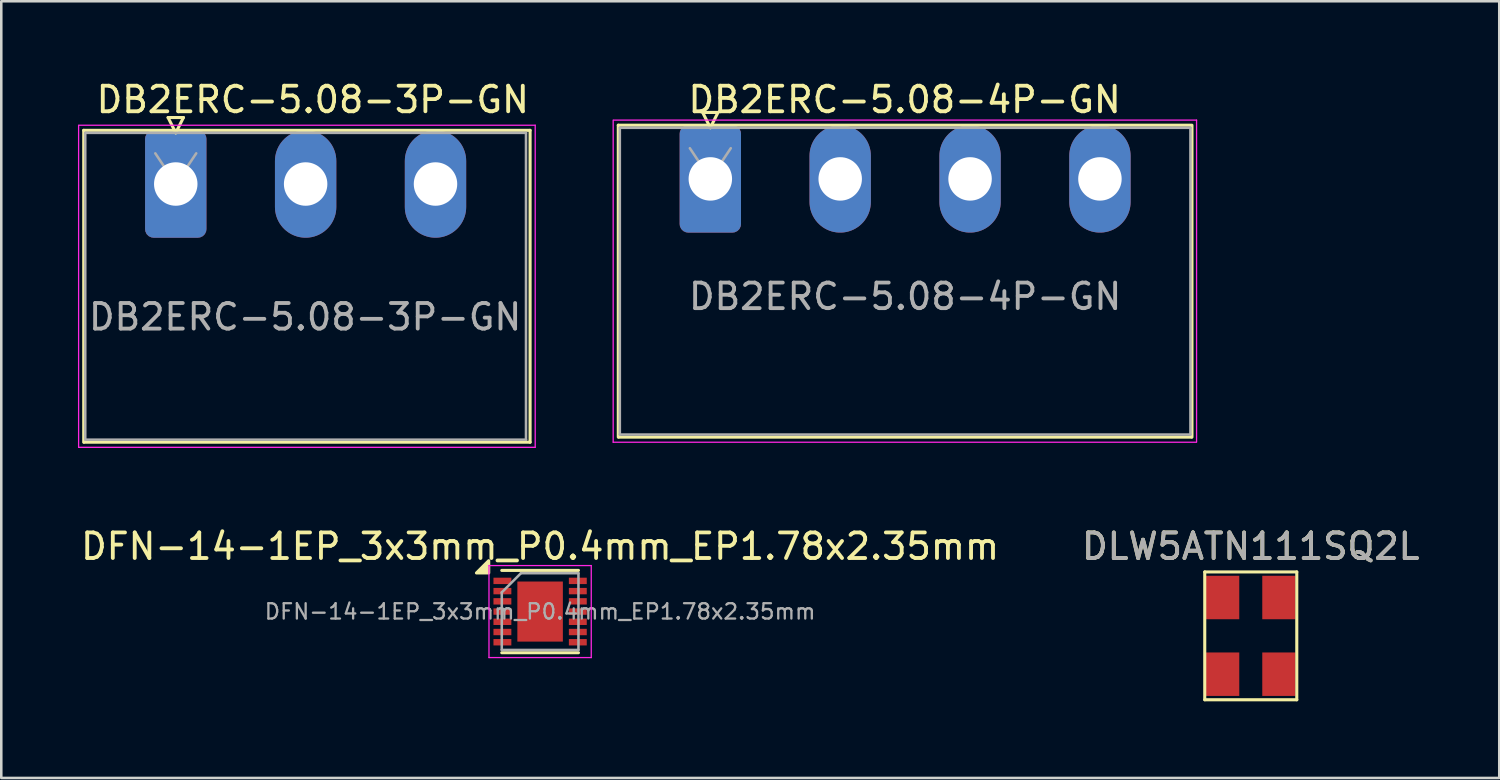
<source format=kicad_pcb>
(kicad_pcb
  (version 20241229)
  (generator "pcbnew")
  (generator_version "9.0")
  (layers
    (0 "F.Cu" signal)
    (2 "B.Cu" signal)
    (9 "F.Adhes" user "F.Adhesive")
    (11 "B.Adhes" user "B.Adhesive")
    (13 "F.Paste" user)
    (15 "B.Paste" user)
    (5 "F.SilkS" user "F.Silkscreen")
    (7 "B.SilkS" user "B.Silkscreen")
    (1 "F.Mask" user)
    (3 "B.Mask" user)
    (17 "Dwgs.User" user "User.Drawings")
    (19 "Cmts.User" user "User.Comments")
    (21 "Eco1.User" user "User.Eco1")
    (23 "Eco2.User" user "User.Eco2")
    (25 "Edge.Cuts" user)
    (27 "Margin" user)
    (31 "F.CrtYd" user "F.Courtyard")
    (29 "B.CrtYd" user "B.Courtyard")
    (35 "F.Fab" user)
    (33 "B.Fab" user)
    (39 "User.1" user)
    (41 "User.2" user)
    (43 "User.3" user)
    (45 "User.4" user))
  (footprint "DB2ERC-5.08-3P-GN"
    (layer "F.Cu")
    (at 3.825 4.148)
    (property "Reference" "DB2ERC-5.08-3P-GN" (at 5.36 -3.3 0) (layer "F.SilkS") (effects (font (size 1 1) (thickness 0.15))))
    (attr through_hole)
    (fp_line (start -3.6 -2.1) (end -3.6 10.1) (stroke (width 0.12) (type solid)) (layer "F.SilkS"))
    (fp_line (start -3.6 -2.1) (end 13.86 -2.1) (stroke (width 0.12) (type solid)) (layer "F.SilkS"))
    (fp_line (start -3.58 10.1) (end 13.86 10.1) (stroke (width 0.12) (type solid)) (layer "F.SilkS"))
    (fp_line (start -0.3 -2.6) (end 0.3 -2.6) (stroke (width 0.12) (type solid)) (layer "F.SilkS"))
    (fp_line (start 0 -2) (end -0.3 -2.6) (stroke (width 0.12) (type solid)) (layer "F.SilkS"))
    (fp_line (start 0.3 -2.6) (end 0 -2) (stroke (width 0.12) (type solid)) (layer "F.SilkS"))
    (fp_line (start 13.86 10.1) (end 13.86 -2.1) (stroke (width 0.12) (type solid)) (layer "F.SilkS"))
    (fp_line (start -3.8 -2.3) (end -3.8 10.3) (stroke (width 0.05) (type solid)) (layer "F.CrtYd"))
    (fp_line (start -3.8 10.3) (end 14.06 10.3) (stroke (width 0.05) (type solid)) (layer "F.CrtYd"))
    (fp_line (start 14.06 -2.3) (end -3.78 -2.3) (stroke (width 0.05) (type solid)) (layer "F.CrtYd"))
    (fp_line (start 14.06 10.3) (end 14.06 -2.3) (stroke (width 0.05) (type solid)) (layer "F.CrtYd"))
    (fp_line (start -3.54 -2) (end -3.54 10) (stroke (width 0.1) (type solid)) (layer "F.Fab"))
    (fp_line (start -3.54 10) (end 13.7 10) (stroke (width 0.1) (type solid)) (layer "F.Fab"))
    (fp_line (start 0 0) (end -0.8 -1.2) (stroke (width 0.1) (type solid)) (layer "F.Fab"))
    (fp_line (start 0.8 -1.2) (end 0 0) (stroke (width 0.1) (type solid)) (layer "F.Fab"))
    (fp_line (start 13.7 -2) (end -3.54 -2) (stroke (width 0.1) (type solid)) (layer "F.Fab"))
    (fp_line (start 13.7 10) (end 13.7 -2) (stroke (width 0.1) (type solid)) (layer "F.Fab"))
    (fp_text user "${REFERENCE}" (at 5.06 5.2 0) (layer "F.Fab") (effects (font (size 1 1) (thickness 0.15))))
    (pad "1" thru_hole roundrect (at 0 0) (size 2.4 4.2) (drill 1.7) (layers "*.Cu" "*.Mask") (roundrect_rratio 0.139))
    (pad "2" thru_hole oval (at 5.08 0) (size 2.4 4.2) (drill 1.7) (layers "*.Cu" "*.Mask"))
    (pad "3" thru_hole oval (at 10.16 0) (size 2.4 4.2) (drill 1.7) (layers "*.Cu" "*.Mask")))
  (footprint "DLW5ATN111SQ2L"
    (layer "F.Cu")
    (at 45.875 21.822)
    (property "Reference" "DLW5ATN111SQ2L" (at 0 -3.5 0) (unlocked yes) (layer "F.SilkS") (effects (font (size 1 1) (thickness 0.15))))
    (attr smd)
    (fp_line (start -1.8 -2.5) (end -1.8 2.5) (stroke (width 0.12) (type solid)) (layer "F.SilkS"))
    (fp_line (start -1.8 -2.5) (end 1.8 -2.5) (stroke (width 0.12) (type solid)) (layer "F.SilkS"))
    (fp_line (start -1.8 2.5) (end 1.8 2.5) (stroke (width 0.12) (type solid)) (layer "F.SilkS"))
    (fp_line (start 1.8 -2.5) (end 1.8 2.5) (stroke (width 0.12) (type solid)) (layer "F.SilkS"))
    (fp_text user "${REFERENCE}" (at 0 -3.5 0) (unlocked yes) (layer "F.Fab") (effects (font (size 1 1) (thickness 0.15))))
    (pad "1" smd rect (at 1.1 -1.5) (size 1.3 1.7) (layers "F.Cu" "F.Mask" "F.Paste"))
    (pad "2" smd rect (at -1.1 -1.5) (size 1.3 1.7) (layers "F.Cu" "F.Mask" "F.Paste"))
    (pad "3" smd rect (at -1.1 1.5) (size 1.3 1.7) (layers "F.Cu" "F.Mask" "F.Paste"))
    (pad "4" smd rect (at 1.1 1.5) (size 1.3 1.7) (layers "F.Cu" "F.Mask" "F.Paste")))
  (footprint "DFN-14-1EP_3x3mm_P0.4mm_EP1.78x2.35mm"
    (layer "F.Cu")
    (at 18.077 20.872)
    (property "Reference" "DFN-14-1EP_3x3mm_P0.4mm_EP1.78x2.35mm" (at 0 -2.55 0) (layer "F.SilkS") (effects (font (size 1 1) (thickness 0.15))))
    (attr smd)
    (fp_line (start -1.5 -1.61) (end 1.5 -1.61) (stroke (width 0.12) (type solid)) (layer "F.SilkS"))
    (fp_line (start -1.5 1.61) (end 1.5 1.61) (stroke (width 0.12) (type solid)) (layer "F.SilkS"))
    (fp_poly (pts (xy -2.01 -1.51) (xy -2.49 -1.51) (xy -2.01 -1.99) (xy -2.01 -1.51)) (stroke (width 0.12) (type solid)) (fill yes) (layer "F.SilkS"))
    (fp_line (start -2 -1.8) (end -2 1.8) (stroke (width 0.05) (type solid)) (layer "F.CrtYd"))
    (fp_line (start -2 -1.8) (end 2 -1.8) (stroke (width 0.05) (type solid)) (layer "F.CrtYd"))
    (fp_line (start -2 1.8) (end 2 1.8) (stroke (width 0.05) (type solid)) (layer "F.CrtYd"))
    (fp_line (start 2 -1.8) (end 2 1.8) (stroke (width 0.05) (type solid)) (layer "F.CrtYd"))
    (fp_line (start -1.5 -0.75) (end -0.75 -1.5) (stroke (width 0.1) (type solid)) (layer "F.Fab"))
    (fp_line (start -1.5 1.5) (end -1.5 -0.75) (stroke (width 0.1) (type solid)) (layer "F.Fab"))
    (fp_line (start -0.75 -1.5) (end 1.5 -1.5) (stroke (width 0.1) (type solid)) (layer "F.Fab"))
    (fp_line (start 1.5 -1.5) (end 1.5 1.5) (stroke (width 0.1) (type solid)) (layer "F.Fab"))
    (fp_line (start 1.5 1.5) (end -1.5 1.5) (stroke (width 0.1) (type solid)) (layer "F.Fab"))
    (fp_text user "${REFERENCE}" (at 0 0 0) (layer "F.Fab") (effects (font (size 0.6 0.6) (thickness 0.09))))
    (pad "" smd rect (at -0.445 -0.588) (size 0.7 0.97) (layers "F.Paste"))
    (pad "" smd rect (at -0.445 0.588) (size 0.7 0.97) (layers "F.Paste"))
    (pad "" smd rect (at 0.45 -0.588) (size 0.7 0.97) (layers "F.Paste"))
    (pad "" smd rect (at 0.45 0.588) (size 0.7 0.97) (layers "F.Paste"))
    (pad "1" smd rect (at -1.475 -1.2) (size 0.7 0.25) (layers "F.Cu" "F.Mask" "F.Paste"))
    (pad "2" smd rect (at -1.475 -0.8) (size 0.7 0.25) (layers "F.Cu" "F.Mask" "F.Paste"))
    (pad "3" smd rect (at -1.475 -0.4) (size 0.7 0.25) (layers "F.Cu" "F.Mask" "F.Paste"))
    (pad "4" smd rect (at -1.475 0) (size 0.7 0.25) (layers "F.Cu" "F.Mask" "F.Paste"))
    (pad "5" smd rect (at -1.475 0.4) (size 0.7 0.25) (layers "F.Cu" "F.Mask" "F.Paste"))
    (pad "6" smd rect (at -1.475 0.8) (size 0.7 0.25) (layers "F.Cu" "F.Mask" "F.Paste"))
    (pad "7" smd rect (at -1.475 1.2) (size 0.7 0.25) (layers "F.Cu" "F.Mask" "F.Paste"))
    (pad "8" smd rect (at 1.475 1.2) (size 0.7 0.25) (layers "F.Cu" "F.Mask" "F.Paste"))
    (pad "9" smd rect (at 1.475 0.8) (size 0.7 0.25) (layers "F.Cu" "F.Mask" "F.Paste"))
    (pad "10" smd rect (at 1.475 0.4) (size 0.7 0.25) (layers "F.Cu" "F.Mask" "F.Paste"))
    (pad "11" smd rect (at 1.475 0) (size 0.7 0.25) (layers "F.Cu" "F.Mask" "F.Paste"))
    (pad "12" smd rect (at 1.475 -0.4) (size 0.7 0.25) (layers "F.Cu" "F.Mask" "F.Paste"))
    (pad "13" smd rect (at 1.475 -0.8) (size 0.7 0.25) (layers "F.Cu" "F.Mask" "F.Paste"))
    (pad "14" smd rect (at 1.475 -1.2) (size 0.7 0.25) (layers "F.Cu" "F.Mask" "F.Paste"))
    (pad "15" smd rect (at 0 0) (size 1.78 2.35) (layers "F.Cu" "F.Mask")))
  (footprint "DB2ERC-5.08-4P-GN"
    (layer "F.Cu")
    (at 24.735 3.948)
    (property "Reference" "DB2ERC-5.08-4P-GN" (at 7.6 -3.1 0) (layer "F.SilkS") (effects (font (size 1 1) (thickness 0.15))))
    (attr through_hole)
    (fp_line (start -3.6 -2.1) (end -3.6 10.1) (stroke (width 0.12) (type solid)) (layer "F.SilkS"))
    (fp_line (start -3.6 -2.1) (end 18.8 -2.1) (stroke (width 0.12) (type solid)) (layer "F.SilkS"))
    (fp_line (start -3.58 10.1) (end 18.82 10.1) (stroke (width 0.12) (type solid)) (layer "F.SilkS"))
    (fp_line (start -0.3 -2.6) (end 0.3 -2.6) (stroke (width 0.12) (type solid)) (layer "F.SilkS"))
    (fp_line (start 0 -2) (end -0.3 -2.6) (stroke (width 0.12) (type solid)) (layer "F.SilkS"))
    (fp_line (start 0.3 -2.6) (end 0 -2) (stroke (width 0.12) (type solid)) (layer "F.SilkS"))
    (fp_line (start 18.84 10.1) (end 18.84 -2.1) (stroke (width 0.12) (type solid)) (layer "F.SilkS"))
    (fp_line (start -3.8 -2.3) (end -3.8 10.3) (stroke (width 0.05) (type solid)) (layer "F.CrtYd"))
    (fp_line (start -3.8 10.3) (end 19 10.3) (stroke (width 0.05) (type solid)) (layer "F.CrtYd"))
    (fp_line (start 19.02 -2.3) (end -3.78 -2.3) (stroke (width 0.05) (type solid)) (layer "F.CrtYd"))
    (fp_line (start 19.02 10.3) (end 19.02 -2.3) (stroke (width 0.05) (type solid)) (layer "F.CrtYd"))
    (fp_line (start -3.54 -2) (end -3.54 10) (stroke (width 0.1) (type solid)) (layer "F.Fab"))
    (fp_line (start -3.54 10) (end 18.78 10) (stroke (width 0.1) (type solid)) (layer "F.Fab"))
    (fp_line (start 0 0) (end -0.8 -1.2) (stroke (width 0.1) (type solid)) (layer "F.Fab"))
    (fp_line (start 0.8 -1.2) (end 0 0) (stroke (width 0.1) (type solid)) (layer "F.Fab"))
    (fp_line (start 18.78 -2) (end -3.54 -2) (stroke (width 0.1) (type solid)) (layer "F.Fab"))
    (fp_line (start 18.78 10) (end 18.78 -2) (stroke (width 0.1) (type solid)) (layer "F.Fab"))
    (fp_text user "${REFERENCE}" (at 7.62 4.6 0) (layer "F.Fab") (effects (font (size 1 1) (thickness 0.15))))
    (pad "1" thru_hole roundrect (at 0 0) (size 2.4 4.2) (drill 1.7) (layers "*.Cu" "*.Mask") (roundrect_rratio 0.139))
    (pad "2" thru_hole oval (at 5.08 0) (size 2.4 4.2) (drill 1.7) (layers "*.Cu" "*.Mask"))
    (pad "3" thru_hole oval (at 10.16 0) (size 2.4 4.2) (drill 1.7) (layers "*.Cu" "*.Mask"))
    (pad "4" thru_hole oval (at 15.24 0) (size 2.4 4.2) (drill 1.7) (layers "*.Cu" "*.Mask")))
  (gr_rect
    (start -3 -3)
    (end 55.595 27.381)
    (stroke (width 0.1) (type default))
    (fill no)
    (layer "Edge.Cuts")))
</source>
